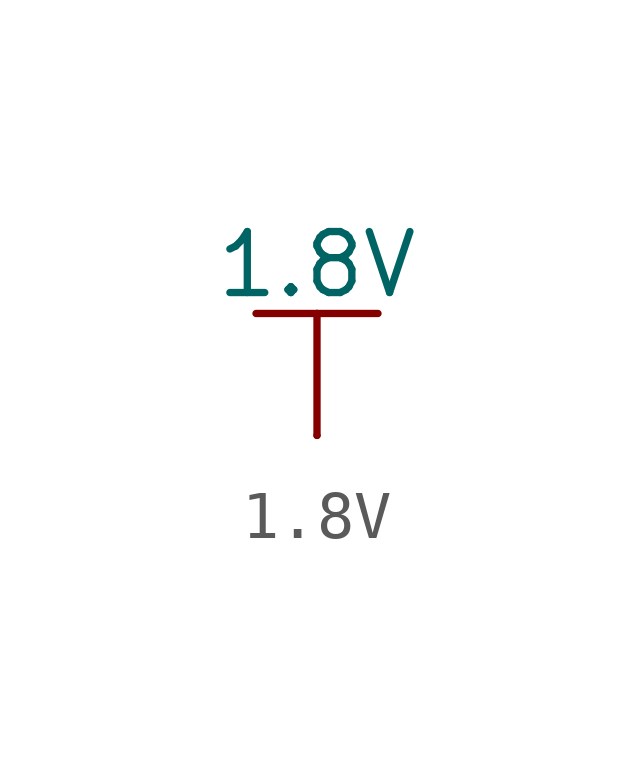
<source format=kicad_sym>
(kicad_symbol_lib
  (version 20231120)
  (generator "kicad_symbol_editor")
  (generator_version "8.0")
  (symbol "1.8V"
    (power)
    (pin_numbers hide)
    (pin_names
      (offset 0) hide)
    (property "Reference" "#PWR"
      (at 0 -3.81 0)
      (effects (font (size 1.27 1.27)) (hide yes)))
    (property "Value" "1.8V"
      (at 0 3.556 0)
      (effects (font (size 1.27 1.27))))
    (symbol "1.8V_0_1"
      (polyline (pts (xy -1.27 2.54) (xy 0 2.54)) (stroke (width 0) (type default)) (fill (type none)))
      (polyline (pts (xy 0 0) (xy 0 2.54)) (stroke (width 0) (type default)) (fill (type none)))
      (polyline (pts (xy 0 2.54) (xy 1.27 2.54)) (stroke (width 0) (type default)) (fill (type none))))
    (symbol "1.8V_1_1"
      (pin power_in line (at 0 0 90) (length 0) (name "~" (effects (font (size 1.27 1.27)))) (number "1" (effects (font (size 1.27 1.27))))))))
</source>
